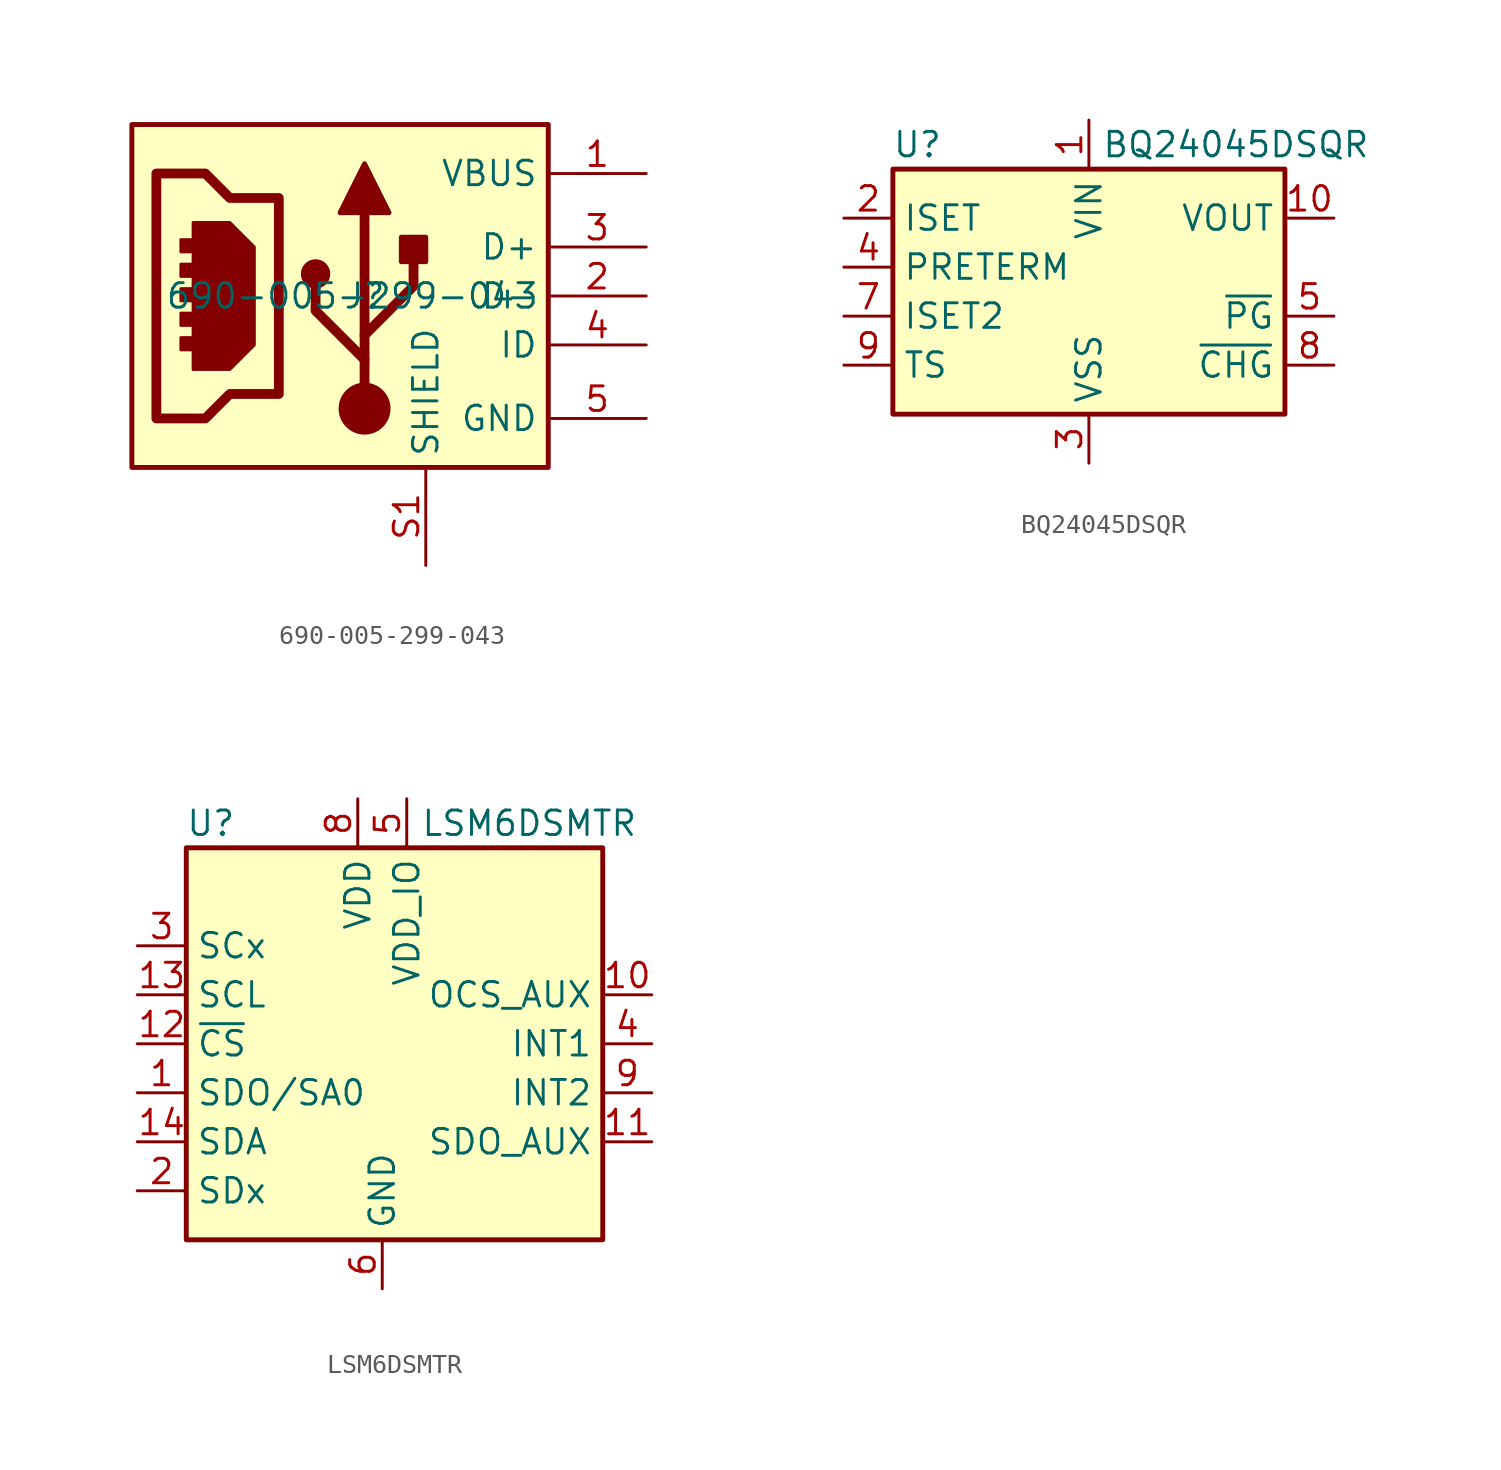
<source format=kicad_sym>
(kicad_symbol_lib
  (version 20211014)
  (generator kicad_symbol_editor)
  (symbol "690-005-299-043"
    (property "Reference" "J"
      (at 0.635 0 0)
      (effects (font (size 1.27 1.27))))
    (property "Value" "690-005-299-043"
      (at 0 0 0)
      (effects (font (size 1.27 1.27))))
    (symbol "690-005-299-043_0_1"
      (rectangle (start -11.43 8.89) (end 10.16 -8.89) (stroke (width 0.254) (type default) (color 0 0 0 0)) (fill (type background)))
      (rectangle (start -8.255 -2.794) (end -8.89 -2.159) (stroke (width 0) (type default) (color 0 0 0 0)) (fill (type outline)))
      (rectangle (start -8.255 -1.524) (end -8.89 -0.889) (stroke (width 0) (type default) (color 0 0 0 0)) (fill (type outline)))
      (rectangle (start -8.255 -0.254) (end -8.89 0.381) (stroke (width 0) (type default) (color 0 0 0 0)) (fill (type outline)))
      (rectangle (start -8.255 1.016) (end -8.89 1.651) (stroke (width 0) (type default) (color 0 0 0 0)) (fill (type outline)))
      (rectangle (start -8.255 2.286) (end -8.89 2.921) (stroke (width 0) (type default) (color 0 0 0 0)) (fill (type outline)))
      (circle (center -1.905 1.143) (radius 0.635) (stroke (width 0.254) (type default) (color 0 0 0 0)) (fill (type outline)))
      (polyline (pts (xy 0.635 -5.842) (xy 0.635 4.318)) (stroke (width 0.508) (type default) (color 0 0 0 0)) (fill (type none)))
      (polyline (pts (xy 0.635 -3.302) (xy -1.905 -0.762) (xy -1.905 0.508)) (stroke (width 0.508) (type default) (color 0 0 0 0)) (fill (type none)))
      (polyline (pts (xy 0.635 -2.032) (xy 3.175 0.508) (xy 3.175 1.778)) (stroke (width 0.508) (type default) (color 0 0 0 0)) (fill (type none)))
      (polyline (pts (xy -0.635 4.318) (xy 0.635 6.858) (xy 1.905 4.318) (xy -0.635 4.318)) (stroke (width 0.254) (type default) (color 0 0 0 0)) (fill (type outline)))
      (polyline (pts (xy -5.08 -2.54) (xy -6.35 -3.81) (xy -8.255 -3.81) (xy -8.255 3.81) (xy -6.35 3.81) (xy -5.08 2.54) (xy -5.08 -2.54)) (stroke (width 0) (type default) (color 0 0 0 0)) (fill (type outline)))
      (polyline (pts (xy -10.16 -6.35) (xy -10.16 6.35) (xy -7.62 6.35) (xy -6.35 5.08) (xy -3.81 5.08) (xy -3.81 -5.08) (xy -6.35 -5.08) (xy -7.62 -6.35) (xy -10.16 -6.35)) (stroke (width 0.508) (type default) (color 0 0 0 0)) (fill (type none)))
      (circle (center 0.635 -5.842) (radius 1.27) (stroke (width 0) (type default) (color 0 0 0 0)) (fill (type outline)))
      (rectangle (start 2.54 1.778) (end 3.81 3.048) (stroke (width 0.254) (type default) (color 0 0 0 0)) (fill (type outline))))
    (symbol "690-005-299-043_1_1"
      (pin passive line (at 15.24 6.35 180) (length 5.08) (name "VBUS" (effects (font (size 1.27 1.27)))) (number "1" (effects (font (size 1.27 1.27)))))
      (pin bidirectional line (at 15.24 0 180) (length 5.08) (name "D-" (effects (font (size 1.27 1.27)))) (number "2" (effects (font (size 1.27 1.27)))))
      (pin bidirectional line (at 15.24 2.54 180) (length 5.08) (name "D+" (effects (font (size 1.27 1.27)))) (number "3" (effects (font (size 1.27 1.27)))))
      (pin bidirectional line (at 15.24 -2.54 180) (length 5.08) (name "ID" (effects (font (size 1.27 1.27)))) (number "4" (effects (font (size 1.27 1.27)))))
      (pin passive line (at 15.24 -6.35 180) (length 5.08) (name "GND" (effects (font (size 1.27 1.27)))) (number "5" (effects (font (size 1.27 1.27)))))
      (pin passive line (at 3.81 -13.97 90) (length 5.08) (name "SHIELD" (effects (font (size 1.27 1.27)))) (number "S1" (effects (font (size 1.27 1.27)))))
      (pin passive line (at 3.81 -13.97 90) (length 5.08) hide (name "SHIELD" (effects (font (size 1.27 1.27)))) (number "S2" (effects (font (size 1.27 1.27)))))
      (pin passive line (at 3.81 -13.97 90) (length 5.08) hide (name "SHIELD" (effects (font (size 1.27 1.27)))) (number "S3" (effects (font (size 1.27 1.27)))))
      (pin passive line (at 3.81 -13.97 90) (length 5.08) hide (name "SHIELD" (effects (font (size 1.27 1.27)))) (number "S4" (effects (font (size 1.27 1.27)))))))
  (symbol "BQ24045DSQR"
    (property "Reference" "U"
      (at -8.89 6.35 0)
      (effects (font (size 1.27 1.27))))
    (property "Value" "BQ24045DSQR"
      (at 7.62 6.35 0)
      (effects (font (size 1.27 1.27))))
    (symbol "BQ24045DSQR_0_1"
      (rectangle (start -10.16 5.08) (end 10.16 -7.62) (stroke (width 0.254) (type default) (color 0 0 0 0)) (fill (type background))))
    (symbol "BQ24045DSQR_1_1"
      (pin power_in line (at 0 7.62 270) (length 2.54) (name "VIN" (effects (font (size 1.27 1.27)))) (number "1" (effects (font (size 1.27 1.27)))))
      (pin power_out line (at 12.7 2.54 180) (length 2.54) (name "VOUT" (effects (font (size 1.27 1.27)))) (number "10" (effects (font (size 1.27 1.27)))))
      (pin passive line (at 0 -10.16 90) (length 2.54) hide (name "VSS" (effects (font (size 1.27 1.27)))) (number "11" (effects (font (size 1.27 1.27)))))
      (pin input line (at -12.7 2.54 0) (length 2.54) (name "ISET" (effects (font (size 1.27 1.27)))) (number "2" (effects (font (size 1.27 1.27)))))
      (pin power_in line (at 0 -10.16 90) (length 2.54) (name "VSS" (effects (font (size 1.27 1.27)))) (number "3" (effects (font (size 1.27 1.27)))))
      (pin input line (at -12.7 0 0) (length 2.54) (name "PRETERM" (effects (font (size 1.27 1.27)))) (number "4" (effects (font (size 1.27 1.27)))))
      (pin open_collector line (at 12.7 -2.54 180) (length 2.54) (name "~{PG}" (effects (font (size 1.27 1.27)))) (number "5" (effects (font (size 1.27 1.27)))))
      (pin input line (at -12.7 -2.54 0) (length 2.54) (name "ISET2" (effects (font (size 1.27 1.27)))) (number "7" (effects (font (size 1.27 1.27)))))
      (pin open_collector line (at 12.7 -5.08 180) (length 2.54) (name "~{CHG}" (effects (font (size 1.27 1.27)))) (number "8" (effects (font (size 1.27 1.27)))))
      (pin input line (at -12.7 -5.08 0) (length 2.54) (name "TS" (effects (font (size 1.27 1.27)))) (number "9" (effects (font (size 1.27 1.27)))))))
  (symbol "LSM6DSMTR"
    (property "Reference" "U"
      (at -8.89 10.16 0)
      (effects (font (size 1.27 1.27))))
    (property "Value" "LSM6DSMTR"
      (at 7.62 10.16 0)
      (effects (font (size 1.27 1.27))))
    (symbol "LSM6DSMTR_0_1"
      (rectangle (start -10.16 8.89) (end 11.43 -11.43) (stroke (width 0.254) (type default) (color 0 0 0 0)) (fill (type background))))
    (symbol "LSM6DSMTR_1_1"
      (pin input line (at -12.7 -3.81 0) (length 2.54) (name "SDO/SA0" (effects (font (size 1.27 1.27)))) (number "1" (effects (font (size 1.27 1.27)))))
      (pin bidirectional line (at 13.97 1.27 180) (length 2.54) (name "OCS_AUX" (effects (font (size 1.27 1.27)))) (number "10" (effects (font (size 1.27 1.27)))))
      (pin bidirectional line (at 13.97 -6.35 180) (length 2.54) (name "SDO_AUX" (effects (font (size 1.27 1.27)))) (number "11" (effects (font (size 1.27 1.27)))))
      (pin input line (at -12.7 -1.27 0) (length 2.54) (name "~{CS}" (effects (font (size 1.27 1.27)))) (number "12" (effects (font (size 1.27 1.27)))))
      (pin bidirectional line (at -12.7 1.27 0) (length 2.54) (name "SCL" (effects (font (size 1.27 1.27)))) (number "13" (effects (font (size 1.27 1.27)))) (alternate "SA0" passive line))
      (pin bidirectional line (at -12.7 -6.35 0) (length 2.54) (name "SDA" (effects (font (size 1.27 1.27)))) (number "14" (effects (font (size 1.27 1.27)))))
      (pin bidirectional line (at -12.7 -8.89 0) (length 2.54) (name "SDx" (effects (font (size 1.27 1.27)))) (number "2" (effects (font (size 1.27 1.27)))))
      (pin bidirectional line (at -12.7 3.81 0) (length 2.54) (name "SCx" (effects (font (size 1.27 1.27)))) (number "3" (effects (font (size 1.27 1.27)))) (alternate "SA0" passive line))
      (pin output line (at 13.97 -1.27 180) (length 2.54) (name "INT1" (effects (font (size 1.27 1.27)))) (number "4" (effects (font (size 1.27 1.27)))))
      (pin power_in line (at 1.27 11.43 270) (length 2.54) (name "VDD_IO" (effects (font (size 1.27 1.27)))) (number "5" (effects (font (size 1.27 1.27)))))
      (pin power_in line (at 0 -13.97 90) (length 2.54) (name "GND" (effects (font (size 1.27 1.27)))) (number "6" (effects (font (size 1.27 1.27)))))
      (pin passive line (at 0 -13.97 90) (length 2.54) hide (name "GND" (effects (font (size 1.27 1.27)))) (number "7" (effects (font (size 1.27 1.27)))))
      (pin power_in line (at -1.27 11.43 270) (length 2.54) (name "VDD" (effects (font (size 1.27 1.27)))) (number "8" (effects (font (size 1.27 1.27)))))
      (pin output line (at 13.97 -3.81 180) (length 2.54) (name "INT2" (effects (font (size 1.27 1.27)))) (number "9" (effects (font (size 1.27 1.27))))))))
</source>
